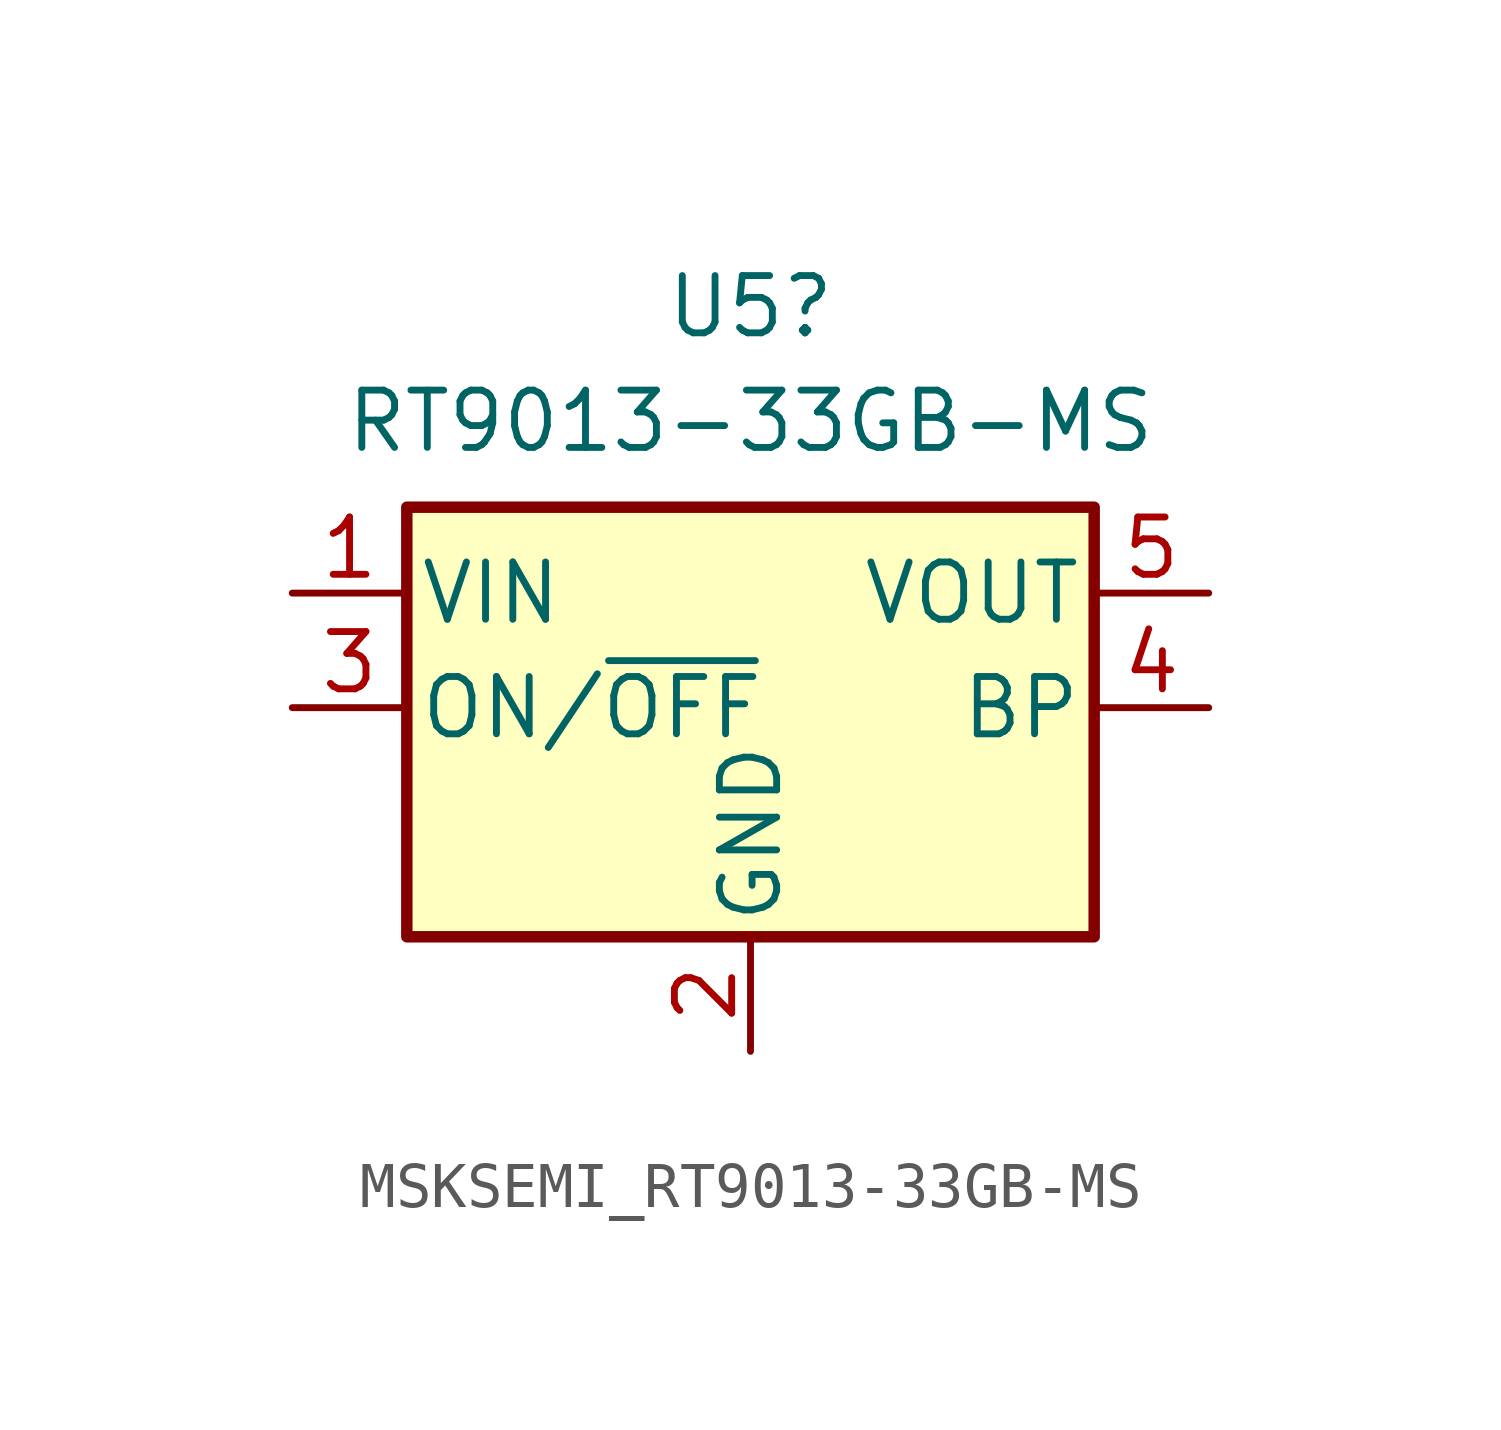
<source format=kicad_sym>
(kicad_symbol_lib
  (version 20241209)
  (generator "kicad_symbol_editor")
  (generator_version "9.0")
  (symbol "MSKSEMI_RT9013-33GB-MS"
    (pin_names
      (offset 0.254))
    (property "Reference" "U5"
      (at 0 8.89 0)
      (effects (font (size 1.27 1.27))))
    (property "Value" "RT9013-33GB-MS"
      (at 0 6.35 0)
      (effects (font (size 1.27 1.27))))
    (symbol "MSKSEMI_RT9013-33GB-MS_0_1"
      (rectangle (start -7.62 -5.08) (end 7.62 4.445) (stroke (width 0.254) (type default)) (fill (type background))))
    (symbol "MSKSEMI_RT9013-33GB-MS_1_1"
      (pin power_in line (at -10.16 2.54 0) (length 2.54) (name "VIN" (effects (font (size 1.27 1.27)))) (number "1" (effects (font (size 1.27 1.27)))))
      (pin input line (at -10.16 0 0) (length 2.54) (name "ON/~{OFF}" (effects (font (size 1.27 1.27)))) (number "3" (effects (font (size 1.27 1.27)))))
      (pin power_in line (at 0 -7.62 90) (length 2.54) (name "GND" (effects (font (size 1.27 1.27)))) (number "2" (effects (font (size 1.27 1.27)))))
      (pin power_out line (at 10.16 2.54 180) (length 2.54) (name "VOUT" (effects (font (size 1.27 1.27)))) (number "5" (effects (font (size 1.27 1.27)))))
      (pin input line (at 10.16 0 180) (length 2.54) (name "BP" (effects (font (size 1.27 1.27)))) (number "4" (effects (font (size 1.27 1.27))))))))
</source>
